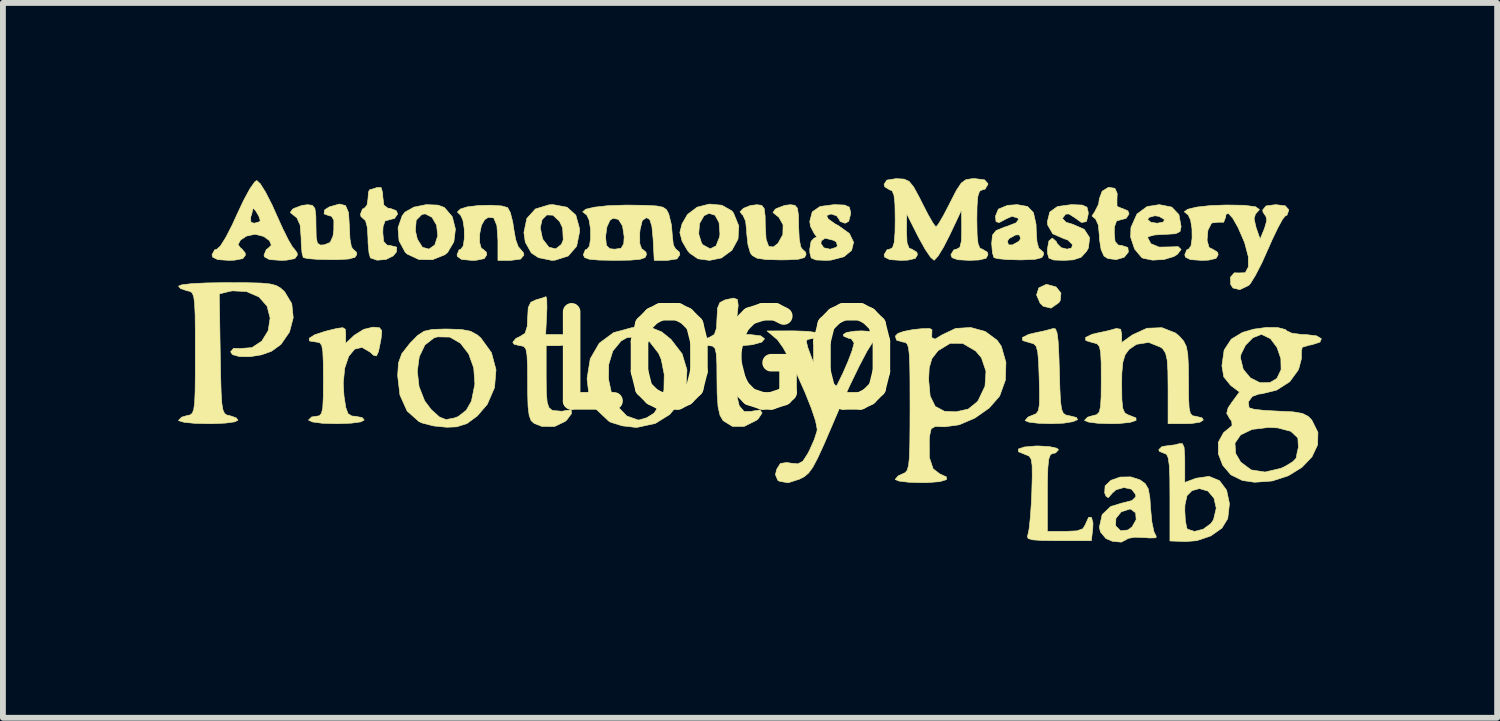
<source format=kicad_pcb>
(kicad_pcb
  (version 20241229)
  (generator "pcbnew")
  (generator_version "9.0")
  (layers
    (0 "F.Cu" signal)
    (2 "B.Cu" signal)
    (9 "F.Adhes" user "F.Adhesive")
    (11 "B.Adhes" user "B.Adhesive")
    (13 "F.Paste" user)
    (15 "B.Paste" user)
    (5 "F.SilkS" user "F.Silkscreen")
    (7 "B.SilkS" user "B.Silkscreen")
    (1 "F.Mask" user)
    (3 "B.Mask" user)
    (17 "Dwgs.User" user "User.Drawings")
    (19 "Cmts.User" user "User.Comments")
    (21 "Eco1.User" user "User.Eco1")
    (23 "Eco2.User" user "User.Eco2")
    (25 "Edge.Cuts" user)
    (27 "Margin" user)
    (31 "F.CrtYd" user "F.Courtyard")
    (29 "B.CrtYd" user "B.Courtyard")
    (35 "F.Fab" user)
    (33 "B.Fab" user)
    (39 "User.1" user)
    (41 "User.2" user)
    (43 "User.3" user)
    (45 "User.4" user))
  (footprint "LOGO"
    (layer "F.Cu")
    (at 9.339 3.117)
    (property "Reference" "LOGO" (at 0 0 0) (layer "F.SilkS") (effects (font (size 1.524 1.524) (thickness 0.3))))
    (attr through_hole)
    (fp_poly (pts (xy 5.673 -1.259) (xy 5.756 -1.155) (xy 5.744 -1.027) (xy 5.719 -0.99) (xy 5.586 -0.897) (xy 5.453 -0.93) (xy 5.4 -0.981) (xy 5.339 -1.123) (xy 5.377 -1.243) (xy 5.498 -1.301) (xy 5.518 -1.302) (xy 5.673 -1.259)) (stroke (width 0.01) (type solid)) (fill yes) (layer "F.SilkS"))
    (fp_poly (pts (xy -4.897 -2.659) (xy -4.788 -2.618) (xy -4.654 -2.461) (xy -4.6 -2.249) (xy -4.627 -2.031) (xy -4.734 -1.849) (xy -4.782 -1.81) (xy -4.994 -1.725) (xy -5.225 -1.729) (xy -5.422 -1.82) (xy -5.459 -1.853) (xy -5.564 -2.048) (xy -5.578 -2.221) (xy -5.285 -2.221) (xy -5.251 -2.076) (xy -5.164 -1.938) (xy -5.053 -1.907) (xy -4.954 -1.976) (xy -4.902 -2.135) (xy -4.922 -2.315) (xy -5.001 -2.451) (xy -5.115 -2.509) (xy -5.173 -2.5) (xy -5.271 -2.401) (xy -5.285 -2.221) (xy -5.578 -2.221) (xy -5.581 -2.273) (xy -5.51 -2.479) (xy -5.461 -2.54) (xy -5.309 -2.625) (xy -5.1 -2.667) (xy -4.897 -2.659)) (stroke (width 0.01) (type solid)) (fill yes) (layer "F.SilkS"))
    (fp_poly (pts (xy -2.691 -2.623) (xy -2.541 -2.488) (xy -2.479 -2.263) (xy -2.477 -2.202) (xy -2.527 -1.955) (xy -2.671 -1.789) (xy -2.897 -1.717) (xy -2.953 -1.714) (xy -3.179 -1.76) (xy -3.302 -1.841) (xy -3.405 -2.025) (xy -3.429 -2.191) (xy -3.412 -2.272) (xy -3.149 -2.272) (xy -3.113 -2.095) (xy -3.103 -2.071) (xy -3.001 -1.939) (xy -2.884 -1.911) (xy -2.787 -1.988) (xy -2.756 -2.064) (xy -2.766 -2.267) (xy -2.819 -2.38) (xy -2.932 -2.487) (xy -3.038 -2.491) (xy -3.117 -2.412) (xy -3.149 -2.272) (xy -3.412 -2.272) (xy -3.378 -2.432) (xy -3.232 -2.593) (xy -2.999 -2.664) (xy -2.931 -2.667) (xy -2.691 -2.623)) (stroke (width 0.01) (type solid)) (fill yes) (layer "F.SilkS"))
    (fp_poly (pts (xy -0.043 -2.657) (xy 0.125 -2.562) (xy 0.155 -2.526) (xy 0.247 -2.302) (xy 0.233 -2.078) (xy 0.128 -1.886) (xy -0.051 -1.755) (xy -0.254 -1.714) (xy -0.453 -1.741) (xy -0.594 -1.839) (xy -0.63 -1.882) (xy -0.723 -2.041) (xy -0.755 -2.165) (xy -0.439 -2.165) (xy -0.39 -2.008) (xy -0.366 -1.979) (xy -0.243 -1.912) (xy -0.143 -1.961) (xy -0.083 -2.113) (xy -0.076 -2.165) (xy -0.091 -2.36) (xy -0.159 -2.485) (xy -0.264 -2.519) (xy -0.349 -2.477) (xy -0.425 -2.344) (xy -0.439 -2.165) (xy -0.755 -2.165) (xy -0.762 -2.19) (xy -0.762 -2.191) (xy -0.724 -2.339) (xy -0.631 -2.499) (xy -0.63 -2.5) (xy -0.466 -2.624) (xy -0.255 -2.677) (xy -0.043 -2.657)) (stroke (width 0.01) (type solid)) (fill yes) (layer "F.SilkS"))
    (fp_poly (pts (xy 6.679 -2.946) (xy 6.718 -2.86) (xy 6.714 -2.755) (xy 6.715 -2.638) (xy 6.794 -2.604) (xy 6.803 -2.603) (xy 6.901 -2.561) (xy 6.921 -2.508) (xy 6.869 -2.431) (xy 6.795 -2.413) (xy 6.707 -2.388) (xy 6.672 -2.291) (xy 6.668 -2.191) (xy 6.681 -2.038) (xy 6.736 -1.976) (xy 6.799 -1.968) (xy 6.9 -1.934) (xy 6.91 -1.857) (xy 6.838 -1.767) (xy 6.701 -1.727) (xy 6.557 -1.746) (xy 6.492 -1.788) (xy 6.443 -1.898) (xy 6.415 -2.075) (xy 6.413 -2.135) (xy 6.396 -2.317) (xy 6.349 -2.422) (xy 6.334 -2.432) (xy 6.287 -2.474) (xy 6.334 -2.545) (xy 6.4 -2.675) (xy 6.413 -2.768) (xy 6.461 -2.897) (xy 6.57 -2.964) (xy 6.679 -2.946)) (stroke (width 0.01) (type solid)) (fill yes) (layer "F.SilkS"))
    (fp_poly (pts (xy 7.651 -2.625) (xy 7.774 -2.496) (xy 7.811 -2.29) (xy 7.793 -2.208) (xy 7.719 -2.17) (xy 7.555 -2.159) (xy 7.525 -2.159) (xy 7.354 -2.148) (xy 7.252 -2.12) (xy 7.239 -2.103) (xy 7.294 -1.999) (xy 7.434 -1.941) (xy 7.611 -1.944) (xy 7.762 -1.949) (xy 7.811 -1.9) (xy 7.748 -1.818) (xy 7.688 -1.78) (xy 7.519 -1.729) (xy 7.321 -1.718) (xy 7.16 -1.751) (xy 7.137 -1.763) (xy 7.015 -1.909) (xy 6.948 -2.111) (xy 6.953 -2.276) (xy 7.014 -2.413) (xy 7.239 -2.413) (xy 7.293 -2.366) (xy 7.401 -2.349) (xy 7.51 -2.37) (xy 7.525 -2.413) (xy 7.435 -2.466) (xy 7.362 -2.477) (xy 7.261 -2.449) (xy 7.239 -2.413) (xy 7.014 -2.413) (xy 7.056 -2.507) (xy 7.23 -2.635) (xy 7.437 -2.667) (xy 7.651 -2.625)) (stroke (width 0.01) (type solid)) (fill yes) (layer "F.SilkS"))
    (fp_poly (pts (xy -5.871 -2.959) (xy -5.844 -2.867) (xy -5.842 -2.801) (xy -5.824 -2.658) (xy -5.754 -2.606) (xy -5.715 -2.603) (xy -5.612 -2.564) (xy -5.588 -2.508) (xy -5.641 -2.431) (xy -5.715 -2.413) (xy -5.803 -2.388) (xy -5.838 -2.291) (xy -5.842 -2.191) (xy -5.828 -2.038) (xy -5.772 -1.976) (xy -5.715 -1.968) (xy -5.604 -1.94) (xy -5.608 -1.859) (xy -5.664 -1.791) (xy -5.786 -1.73) (xy -5.939 -1.717) (xy -6.053 -1.756) (xy -6.054 -1.757) (xy -6.078 -1.84) (xy -6.094 -2.005) (xy -6.096 -2.106) (xy -6.108 -2.284) (xy -6.138 -2.395) (xy -6.16 -2.413) (xy -6.216 -2.464) (xy -6.223 -2.508) (xy -6.189 -2.593) (xy -6.16 -2.603) (xy -6.112 -2.658) (xy -6.096 -2.762) (xy -6.087 -2.882) (xy -6.069 -2.921) (xy -5.995 -2.941) (xy -5.942 -2.96) (xy -5.871 -2.959)) (stroke (width 0.01) (type solid)) (fill yes) (layer "F.SilkS"))
    (fp_poly (pts (xy 5.661 -0.543) (xy 5.689 -0.476) (xy 5.708 -0.33) (xy 5.721 -0.089) (xy 5.729 0.169) (xy 5.738 0.488) (xy 5.749 0.702) (xy 5.767 0.832) (xy 5.797 0.902) (xy 5.842 0.932) (xy 5.89 0.941) (xy 6.021 0.973) (xy 6.04 1.01) (xy 5.963 1.044) (xy 5.805 1.07) (xy 5.588 1.079) (xy 5.369 1.072) (xy 5.21 1.053) (xy 5.144 1.026) (xy 5.144 1.023) (xy 5.196 0.964) (xy 5.273 0.933) (xy 5.333 0.908) (xy 5.37 0.855) (xy 5.388 0.748) (xy 5.39 0.562) (xy 5.384 0.307) (xy 5.374 0.029) (xy 5.359 -0.146) (xy 5.333 -0.244) (xy 5.289 -0.289) (xy 5.223 -0.306) (xy 5.101 -0.343) (xy 5.097 -0.395) (xy 5.204 -0.448) (xy 5.307 -0.473) (xy 5.484 -0.511) (xy 5.614 -0.546) (xy 5.622 -0.549) (xy 5.661 -0.543)) (stroke (width 0.01) (type solid)) (fill yes) (layer "F.SilkS"))
    (fp_poly (pts (xy 6.121 -2.66) (xy 6.201 -2.624) (xy 6.222 -2.541) (xy 6.223 -2.508) (xy 6.193 -2.378) (xy 6.108 -2.361) (xy 5.991 -2.445) (xy 5.891 -2.508) (xy 5.837 -2.505) (xy 5.78 -2.432) (xy 5.842 -2.366) (xy 5.966 -2.328) (xy 6.155 -2.244) (xy 6.246 -2.103) (xy 6.227 -1.929) (xy 6.194 -1.869) (xy 6.101 -1.767) (xy 5.967 -1.723) (xy 5.809 -1.714) (xy 5.634 -1.72) (xy 5.551 -1.752) (xy 5.526 -1.834) (xy 5.524 -1.905) (xy 5.55 -2.046) (xy 5.608 -2.095) (xy 5.675 -2.037) (xy 5.692 -2) (xy 5.759 -1.932) (xy 5.859 -1.906) (xy 5.939 -1.926) (xy 5.953 -1.984) (xy 5.875 -2.061) (xy 5.805 -2.086) (xy 5.616 -2.168) (xy 5.529 -2.319) (xy 5.524 -2.376) (xy 5.565 -2.541) (xy 5.696 -2.635) (xy 5.93 -2.667) (xy 5.95 -2.667) (xy 6.121 -2.66)) (stroke (width 0.01) (type solid)) (fill yes) (layer "F.SilkS"))
    (fp_poly (pts (xy 5.557 1.471) (xy 5.684 1.498) (xy 5.715 1.524) (xy 5.664 1.58) (xy 5.62 1.587) (xy 5.576 1.608) (xy 5.548 1.683) (xy 5.532 1.833) (xy 5.525 2.079) (xy 5.524 2.254) (xy 5.524 2.921) (xy 5.835 2.921) (xy 6.029 2.912) (xy 6.131 2.876) (xy 6.176 2.801) (xy 6.178 2.794) (xy 6.229 2.681) (xy 6.278 2.681) (xy 6.304 2.778) (xy 6.3 2.873) (xy 6.276 3.08) (xy 5.709 3.08) (xy 5.438 3.077) (xy 5.274 3.066) (xy 5.195 3.043) (xy 5.181 3.004) (xy 5.189 2.985) (xy 5.211 2.883) (xy 5.232 2.687) (xy 5.25 2.43) (xy 5.257 2.265) (xy 5.265 1.979) (xy 5.263 1.794) (xy 5.247 1.688) (xy 5.212 1.634) (xy 5.154 1.609) (xy 5.148 1.607) (xy 5.03 1.559) (xy 5.027 1.513) (xy 5.128 1.478) (xy 5.32 1.461) (xy 5.366 1.46) (xy 5.557 1.471)) (stroke (width 0.01) (type solid)) (fill yes) (layer "F.SilkS"))
    (fp_poly (pts (xy -3.808 -2.645) (xy -3.708 -2.617) (xy -3.661 -2.532) (xy -3.619 -2.366) (xy -3.603 -2.256) (xy -3.57 -2.07) (xy -3.525 -1.946) (xy -3.499 -1.918) (xy -3.435 -1.843) (xy -3.429 -1.804) (xy -3.486 -1.736) (xy -3.651 -1.714) (xy -3.873 -1.714) (xy -3.873 -2.06) (xy -3.891 -2.31) (xy -3.945 -2.44) (xy -4.036 -2.451) (xy -4.099 -2.411) (xy -4.155 -2.313) (xy -4.185 -2.167) (xy -4.187 -2.021) (xy -4.158 -1.922) (xy -4.128 -1.905) (xy -4.071 -1.854) (xy -4.064 -1.81) (xy -4.106 -1.744) (xy -4.245 -1.716) (xy -4.318 -1.714) (xy -4.495 -1.73) (xy -4.567 -1.782) (xy -4.572 -1.81) (xy -4.538 -1.894) (xy -4.508 -1.905) (xy -4.466 -1.96) (xy -4.447 -2.092) (xy -4.449 -2.256) (xy -4.473 -2.405) (xy -4.515 -2.493) (xy -4.524 -2.498) (xy -4.567 -2.541) (xy -4.515 -2.592) (xy -4.398 -2.629) (xy -4.207 -2.652) (xy -3.993 -2.657) (xy -3.808 -2.645)) (stroke (width 0.01) (type solid)) (fill yes) (layer "F.SilkS"))
    (fp_poly (pts (xy -1.233 -0.556) (xy -1.071 -0.49) (xy -0.914 -0.363) (xy -0.723 -0.115) (xy -0.64 0.16) (xy -0.654 0.441) (xy -0.755 0.702) (xy -0.934 0.921) (xy -1.181 1.075) (xy -1.487 1.141) (xy -1.531 1.141) (xy -1.748 1.116) (xy -1.94 1.056) (xy -1.977 1.036) (xy -2.197 0.828) (xy -2.322 0.544) (xy -2.347 0.319) (xy -1.982 0.319) (xy -1.927 0.571) (xy -1.821 0.79) (xy -1.669 0.948) (xy -1.479 1.015) (xy -1.459 1.016) (xy -1.329 0.978) (xy -1.204 0.9) (xy -1.094 0.739) (xy -1.034 0.504) (xy -1.029 0.236) (xy -1.08 -0.02) (xy -1.124 -0.123) (xy -1.28 -0.324) (xy -1.468 -0.416) (xy -1.67 -0.391) (xy -1.767 -0.335) (xy -1.909 -0.163) (xy -1.978 0.065) (xy -1.982 0.319) (xy -2.347 0.319) (xy -2.349 0.308) (xy -2.294 -0.031) (xy -2.14 -0.297) (xy -1.896 -0.478) (xy -1.575 -0.565) (xy -1.45 -0.572) (xy -1.233 -0.556)) (stroke (width 0.01) (type solid)) (fill yes) (layer "F.SilkS"))
    (fp_poly (pts (xy 1.206 -2.656) (xy 1.249 -2.606) (xy 1.267 -2.485) (xy 1.27 -2.286) (xy 1.28 -2.083) (xy 1.305 -1.945) (xy 1.333 -1.905) (xy 1.39 -1.854) (xy 1.397 -1.813) (xy 1.369 -1.762) (xy 1.268 -1.734) (xy 1.073 -1.723) (xy 0.952 -1.722) (xy 0.708 -1.729) (xy 0.559 -1.751) (xy 0.477 -1.797) (xy 0.444 -1.842) (xy 0.403 -1.982) (xy 0.382 -2.175) (xy 0.381 -2.213) (xy 0.363 -2.385) (xy 0.316 -2.489) (xy 0.302 -2.498) (xy 0.268 -2.546) (xy 0.326 -2.605) (xy 0.442 -2.651) (xy 0.556 -2.666) (xy 0.638 -2.655) (xy 0.681 -2.6) (xy 0.697 -2.47) (xy 0.699 -2.321) (xy 0.713 -2.077) (xy 0.758 -1.953) (xy 0.836 -1.943) (xy 0.916 -2.004) (xy 1 -2.155) (xy 1.004 -2.323) (xy 0.929 -2.455) (xy 0.905 -2.472) (xy 0.831 -2.532) (xy 0.868 -2.587) (xy 0.889 -2.601) (xy 1.03 -2.654) (xy 1.127 -2.666) (xy 1.206 -2.656)) (stroke (width 0.01) (type solid)) (fill yes) (layer "F.SilkS"))
    (fp_poly (pts (xy 0.223 -1.045) (xy 0.236 -0.943) (xy 0.216 -0.762) (xy 0.174 -0.445) (xy 0.442 -0.445) (xy 0.622 -0.423) (xy 0.687 -0.373) (xy 0.639 -0.316) (xy 0.481 -0.272) (xy 0.424 -0.266) (xy 0.191 -0.246) (xy 0.191 0.25) (xy 0.206 0.57) (xy 0.254 0.774) (xy 0.338 0.872) (xy 0.464 0.87) (xy 0.481 0.864) (xy 0.609 0.844) (xy 0.645 0.896) (xy 0.579 0.995) (xy 0.548 1.021) (xy 0.34 1.125) (xy 0.136 1.125) (xy -0.022 1.027) (xy -0.075 0.936) (xy -0.108 0.792) (xy -0.124 0.567) (xy -0.127 0.328) (xy -0.129 0.054) (xy -0.139 -0.118) (xy -0.161 -0.21) (xy -0.202 -0.248) (xy -0.254 -0.254) (xy -0.357 -0.278) (xy -0.381 -0.31) (xy -0.328 -0.369) (xy -0.254 -0.399) (xy -0.172 -0.446) (xy -0.135 -0.552) (xy -0.127 -0.717) (xy -0.117 -0.899) (xy -0.076 -0.994) (xy 0.013 -1.039) (xy 0.016 -1.039) (xy 0.155 -1.069) (xy 0.223 -1.045)) (stroke (width 0.01) (type solid)) (fill yes) (layer "F.SilkS"))
    (fp_poly (pts (xy 5.184 -2.636) (xy 5.286 -2.53) (xy 5.33 -2.33) (xy 5.334 -2.21) (xy 5.346 -2.033) (xy 5.376 -1.923) (xy 5.397 -1.905) (xy 5.454 -1.854) (xy 5.461 -1.814) (xy 5.429 -1.762) (xy 5.32 -1.733) (xy 5.11 -1.723) (xy 5.055 -1.722) (xy 4.839 -1.728) (xy 4.678 -1.743) (xy 4.61 -1.761) (xy 4.584 -1.845) (xy 4.572 -1.997) (xy 4.572 -2.008) (xy 4.575 -2.042) (xy 4.84 -2.042) (xy 4.859 -1.979) (xy 4.925 -1.978) (xy 5.036 -2.039) (xy 5.066 -2.086) (xy 5.047 -2.149) (xy 4.981 -2.149) (xy 4.87 -2.088) (xy 4.84 -2.042) (xy 4.575 -2.042) (xy 4.585 -2.146) (xy 4.648 -2.225) (xy 4.794 -2.284) (xy 4.828 -2.294) (xy 4.989 -2.356) (xy 5.032 -2.414) (xy 5.017 -2.438) (xy 4.918 -2.468) (xy 4.825 -2.427) (xy 4.7 -2.36) (xy 4.646 -2.376) (xy 4.636 -2.47) (xy 4.686 -2.591) (xy 4.842 -2.655) (xy 5.009 -2.667) (xy 5.184 -2.636)) (stroke (width 0.01) (type solid)) (fill yes) (layer "F.SilkS"))
    (fp_poly (pts (xy -6.479 -2.651) (xy -6.428 -2.531) (xy -6.414 -2.303) (xy -6.413 -2.286) (xy -6.404 -2.083) (xy -6.379 -1.945) (xy -6.35 -1.905) (xy -6.293 -1.854) (xy -6.287 -1.815) (xy -6.318 -1.766) (xy -6.427 -1.737) (xy -6.634 -1.726) (xy -6.726 -1.726) (xy -6.951 -1.731) (xy -7.121 -1.744) (xy -7.202 -1.762) (xy -7.202 -1.762) (xy -7.224 -1.843) (xy -7.237 -2.004) (xy -7.239 -2.103) (xy -7.256 -2.319) (xy -7.311 -2.441) (xy -7.35 -2.472) (xy -7.424 -2.532) (xy -7.387 -2.587) (xy -7.366 -2.601) (xy -7.225 -2.654) (xy -7.128 -2.666) (xy -7.046 -2.655) (xy -7.003 -2.601) (xy -6.987 -2.473) (xy -6.985 -2.313) (xy -6.981 -2.112) (xy -6.961 -2.01) (xy -6.912 -1.976) (xy -6.842 -1.98) (xy -6.742 -2.021) (xy -6.694 -2.129) (xy -6.68 -2.238) (xy -6.679 -2.402) (xy -6.721 -2.47) (xy -6.759 -2.477) (xy -6.847 -2.509) (xy -6.837 -2.577) (xy -6.758 -2.628) (xy -6.584 -2.678) (xy -6.479 -2.651)) (stroke (width 0.01) (type solid)) (fill yes) (layer "F.SilkS"))
    (fp_poly (pts (xy 7.862 1.484) (xy 7.873 1.642) (xy 7.874 1.734) (xy 7.874 2.084) (xy 8.067 2.012) (xy 8.289 1.98) (xy 8.468 2.054) (xy 8.589 2.216) (xy 8.638 2.447) (xy 8.609 2.702) (xy 8.509 2.865) (xy 8.32 2.998) (xy 8.079 3.08) (xy 7.887 3.095) (xy 7.62 3.085) (xy 7.62 2.563) (xy 7.874 2.563) (xy 7.884 2.742) (xy 7.908 2.862) (xy 7.919 2.882) (xy 8.038 2.922) (xy 8.189 2.884) (xy 8.322 2.786) (xy 8.366 2.72) (xy 8.412 2.524) (xy 8.373 2.352) (xy 8.269 2.231) (xy 8.122 2.189) (xy 7.996 2.225) (xy 7.912 2.31) (xy 7.877 2.468) (xy 7.874 2.563) (xy 7.62 2.563) (xy 7.62 2.336) (xy 7.618 2.011) (xy 7.609 1.793) (xy 7.59 1.663) (xy 7.561 1.601) (xy 7.525 1.587) (xy 7.44 1.553) (xy 7.429 1.524) (xy 7.482 1.472) (xy 7.551 1.46) (xy 7.711 1.44) (xy 7.774 1.422) (xy 7.832 1.419) (xy 7.862 1.484)) (stroke (width 0.01) (type solid)) (fill yes) (layer "F.SilkS"))
    (fp_poly (pts (xy 2.057 -2.66) (xy 2.137 -2.624) (xy 2.158 -2.541) (xy 2.159 -2.508) (xy 2.126 -2.381) (xy 2.064 -2.349) (xy 1.979 -2.38) (xy 1.968 -2.406) (xy 1.92 -2.476) (xy 1.822 -2.508) (xy 1.748 -2.479) (xy 1.777 -2.421) (xy 1.892 -2.339) (xy 1.952 -2.307) (xy 2.138 -2.173) (xy 2.21 -2.025) (xy 2.176 -1.885) (xy 2.045 -1.776) (xy 1.823 -1.718) (xy 1.736 -1.714) (xy 1.565 -1.721) (xy 1.485 -1.755) (xy 1.462 -1.842) (xy 1.46 -1.905) (xy 1.476 -2) (xy 1.651 -2) (xy 1.701 -1.929) (xy 1.809 -1.905) (xy 1.911 -1.937) (xy 1.933 -1.962) (xy 1.915 -2.028) (xy 1.868 -2.057) (xy 1.72 -2.093) (xy 1.657 -2.047) (xy 1.651 -2) (xy 1.476 -2) (xy 1.483 -2.04) (xy 1.536 -2.095) (xy 1.537 -2.095) (xy 1.581 -2.114) (xy 1.537 -2.172) (xy 1.473 -2.295) (xy 1.46 -2.381) (xy 1.503 -2.544) (xy 1.637 -2.636) (xy 1.874 -2.667) (xy 1.886 -2.667) (xy 2.057 -2.66)) (stroke (width 0.01) (type solid)) (fill yes) (layer "F.SilkS"))
    (fp_poly (pts (xy -4.499 -0.532) (xy -4.341 -0.502) (xy -4.223 -0.437) (xy -4.164 -0.385) (xy -3.984 -0.136) (xy -3.906 0.156) (xy -3.931 0.461) (xy -4.055 0.748) (xy -4.226 0.947) (xy -4.403 1.077) (xy -4.58 1.133) (xy -4.749 1.14) (xy -4.972 1.118) (xy -5.171 1.067) (xy -5.222 1.044) (xy -5.426 0.863) (xy -5.549 0.589) (xy -5.588 0.256) (xy -5.583 0.182) (xy -5.252 0.182) (xy -5.222 0.445) (xy -5.127 0.688) (xy -5.014 0.838) (xy -4.873 0.965) (xy -4.761 1.009) (xy -4.624 0.983) (xy -4.552 0.957) (xy -4.415 0.85) (xy -4.326 0.694) (xy -4.267 0.401) (xy -4.287 0.125) (xy -4.374 -0.116) (xy -4.515 -0.298) (xy -4.696 -0.402) (xy -4.907 -0.406) (xy -4.967 -0.388) (xy -5.123 -0.266) (xy -5.219 -0.065) (xy -5.252 0.182) (xy -5.583 0.182) (xy -5.574 0.039) (xy -5.517 -0.118) (xy -5.388 -0.283) (xy -5.371 -0.303) (xy -5.245 -0.431) (xy -5.136 -0.502) (xy -4.999 -0.533) (xy -4.789 -0.54) (xy -4.741 -0.54) (xy -4.499 -0.532)) (stroke (width 0.01) (type solid)) (fill yes) (layer "F.SilkS"))
    (fp_poly (pts (xy -3.038 -1.047) (xy -3.035 -0.908) (xy -3.04 -0.778) (xy -3.057 -0.445) (xy -2.801 -0.445) (xy -2.637 -0.435) (xy -2.575 -0.398) (xy -2.581 -0.349) (xy -2.671 -0.277) (xy -2.833 -0.254) (xy -3.048 -0.254) (xy -3.048 0.281) (xy -3.045 0.547) (xy -3.031 0.712) (xy -3.001 0.804) (xy -2.951 0.847) (xy -2.93 0.854) (xy -2.776 0.867) (xy -2.708 0.852) (xy -2.62 0.845) (xy -2.615 0.907) (xy -2.693 1.012) (xy -2.72 1.038) (xy -2.904 1.127) (xy -3.123 1.125) (xy -3.254 1.074) (xy -3.306 1.026) (xy -3.339 0.937) (xy -3.358 0.784) (xy -3.365 0.54) (xy -3.365 0.378) (xy -3.367 0.09) (xy -3.376 -0.095) (xy -3.395 -0.198) (xy -3.431 -0.243) (xy -3.487 -0.254) (xy -3.493 -0.254) (xy -3.596 -0.279) (xy -3.619 -0.313) (xy -3.567 -0.378) (xy -3.493 -0.413) (xy -3.409 -0.467) (xy -3.372 -0.584) (xy -3.365 -0.727) (xy -3.355 -0.906) (xy -3.311 -0.998) (xy -3.223 -1.039) (xy -3.099 -1.075) (xy -3.051 -1.094) (xy -3.038 -1.047)) (stroke (width 0.01) (type solid)) (fill yes) (layer "F.SilkS"))
    (fp_poly (pts (xy 7.108 2.04) (xy 7.198 2.105) (xy 7.25 2.195) (xy 7.277 2.347) (xy 7.29 2.54) (xy 7.311 2.76) (xy 7.347 2.929) (xy 7.385 3.004) (xy 7.381 3.031) (xy 7.27 3.034) (xy 7.191 3.027) (xy 7.018 3.021) (xy 6.904 3.041) (xy 6.886 3.054) (xy 6.789 3.105) (xy 6.635 3.09) (xy 6.525 3.043) (xy 6.432 2.931) (xy 6.413 2.85) (xy 6.419 2.825) (xy 6.69 2.825) (xy 6.776 2.911) (xy 6.901 2.897) (xy 6.972 2.845) (xy 7.042 2.721) (xy 7.034 2.605) (xy 6.953 2.542) (xy 6.929 2.54) (xy 6.787 2.587) (xy 6.696 2.699) (xy 6.69 2.825) (xy 6.419 2.825) (xy 6.461 2.634) (xy 6.607 2.495) (xy 6.8 2.437) (xy 6.97 2.394) (xy 7.035 2.331) (xy 7.035 2.293) (xy 6.964 2.2) (xy 6.834 2.171) (xy 6.698 2.209) (xy 6.635 2.265) (xy 6.567 2.345) (xy 6.528 2.321) (xy 6.504 2.264) (xy 6.511 2.143) (xy 6.61 2.048) (xy 6.768 1.992) (xy 6.95 1.989) (xy 7.108 2.04)) (stroke (width 0.01) (type solid)) (fill yes) (layer "F.SilkS"))
    (fp_poly (pts (xy -5.899 -0.562) (xy -5.859 -0.511) (xy -5.871 -0.38) (xy -5.879 -0.333) (xy -5.916 -0.153) (xy -5.951 -0.079) (xy -6.002 -0.092) (xy -6.06 -0.146) (xy -6.198 -0.226) (xy -6.323 -0.196) (xy -6.425 -0.073) (xy -6.493 0.128) (xy -6.519 0.389) (xy -6.506 0.602) (xy -6.475 0.804) (xy -6.436 0.909) (xy -6.372 0.948) (xy -6.311 0.953) (xy -6.195 0.975) (xy -6.16 1.016) (xy -6.219 1.048) (xy -6.379 1.07) (xy -6.613 1.079) (xy -6.636 1.079) (xy -6.876 1.072) (xy -7.043 1.05) (xy -7.112 1.019) (xy -7.112 1.016) (xy -7.059 0.964) (xy -6.985 0.953) (xy -6.927 0.944) (xy -6.89 0.902) (xy -6.869 0.805) (xy -6.86 0.629) (xy -6.858 0.352) (xy -6.858 0.318) (xy -6.86 0.028) (xy -6.868 -0.157) (xy -6.887 -0.261) (xy -6.923 -0.307) (xy -6.978 -0.317) (xy -6.985 -0.318) (xy -7.097 -0.336) (xy -7.101 -0.382) (xy -7.008 -0.441) (xy -6.83 -0.5) (xy -6.83 -0.5) (xy -6.631 -0.549) (xy -6.526 -0.563) (xy -6.484 -0.536) (xy -6.477 -0.462) (xy -6.477 -0.433) (xy -6.477 -0.295) (xy -6.33 -0.433) (xy -6.169 -0.534) (xy -6.01 -0.572) (xy -5.899 -0.562)) (stroke (width 0.01) (type solid)) (fill yes) (layer "F.SilkS"))
    (fp_poly (pts (xy -7.938 -3.025) (xy -7.846 -2.878) (xy -7.736 -2.663) (xy -7.667 -2.508) (xy -7.556 -2.262) (xy -7.458 -2.065) (xy -7.386 -1.942) (xy -7.361 -1.916) (xy -7.308 -1.843) (xy -7.303 -1.804) (xy -7.347 -1.744) (xy -7.491 -1.717) (xy -7.588 -1.714) (xy -7.781 -1.728) (xy -7.866 -1.774) (xy -7.874 -1.804) (xy -7.834 -1.9) (xy -7.807 -1.917) (xy -7.748 -1.974) (xy -7.781 -2.052) (xy -7.878 -2.123) (xy -8.014 -2.158) (xy -8.033 -2.159) (xy -8.172 -2.13) (xy -8.275 -2.062) (xy -8.318 -1.984) (xy -8.272 -1.922) (xy -8.259 -1.917) (xy -8.197 -1.843) (xy -8.191 -1.804) (xy -8.236 -1.744) (xy -8.38 -1.717) (xy -8.477 -1.714) (xy -8.666 -1.727) (xy -8.751 -1.769) (xy -8.763 -1.81) (xy -8.718 -1.894) (xy -8.679 -1.905) (xy -8.619 -1.96) (xy -8.527 -2.107) (xy -8.416 -2.323) (xy -8.358 -2.45) (xy -8.103 -2.45) (xy -8.097 -2.365) (xy -8.04 -2.349) (xy -7.951 -2.374) (xy -7.938 -2.397) (xy -7.962 -2.47) (xy -8.011 -2.554) (xy -8.054 -2.602) (xy -8.064 -2.593) (xy -8.085 -2.502) (xy -8.103 -2.45) (xy -8.358 -2.45) (xy -8.339 -2.492) (xy -8.223 -2.739) (xy -8.117 -2.935) (xy -8.033 -3.055) (xy -7.998 -3.08) (xy -7.938 -3.025)) (stroke (width 0.01) (type solid)) (fill yes) (layer "F.SilkS"))
    (fp_poly (pts (xy -1.631 -2.659) (xy -1.345 -2.655) (xy -1.16 -2.645) (xy -1.051 -2.623) (xy -0.991 -2.582) (xy -0.956 -2.517) (xy -0.949 -2.498) (xy -0.906 -2.321) (xy -0.889 -2.123) (xy -0.873 -1.978) (xy -0.833 -1.907) (xy -0.826 -1.905) (xy -0.769 -1.854) (xy -0.762 -1.81) (xy -0.811 -1.739) (xy -0.966 -1.715) (xy -0.981 -1.714) (xy -1.2 -1.714) (xy -1.219 -2.08) (xy -1.24 -2.299) (xy -1.277 -2.414) (xy -1.333 -2.445) (xy -1.404 -2.396) (xy -1.442 -2.239) (xy -1.448 -2.175) (xy -1.447 -2) (xy -1.415 -1.911) (xy -1.401 -1.905) (xy -1.341 -1.854) (xy -1.333 -1.81) (xy -1.357 -1.762) (xy -1.44 -1.733) (xy -1.607 -1.718) (xy -1.873 -1.714) (xy -2.143 -1.719) (xy -2.308 -1.733) (xy -2.391 -1.763) (xy -2.413 -1.81) (xy -2.379 -1.894) (xy -2.349 -1.905) (xy -2.307 -1.96) (xy -2.288 -2.092) (xy -2.288 -2.115) (xy -2.032 -2.115) (xy -2.018 -1.97) (xy -1.958 -1.913) (xy -1.873 -1.905) (xy -1.765 -1.922) (xy -1.721 -2) (xy -1.714 -2.119) (xy -1.742 -2.303) (xy -1.812 -2.415) (xy -1.906 -2.434) (xy -1.957 -2.399) (xy -2.009 -2.287) (xy -2.032 -2.12) (xy -2.032 -2.115) (xy -2.288 -2.115) (xy -2.29 -2.256) (xy -2.314 -2.405) (xy -2.356 -2.493) (xy -2.365 -2.498) (xy -2.424 -2.545) (xy -2.37 -2.589) (xy -2.222 -2.624) (xy -1.993 -2.649) (xy -1.7 -2.659) (xy -1.631 -2.659)) (stroke (width 0.01) (type solid)) (fill yes) (layer "F.SilkS"))
    (fp_poly (pts (xy -8.166 -1.332) (xy -7.929 -1.326) (xy -7.77 -1.311) (xy -7.665 -1.284) (xy -7.59 -1.24) (xy -7.522 -1.178) (xy -7.399 -0.974) (xy -7.374 -0.733) (xy -7.438 -0.489) (xy -7.584 -0.277) (xy -7.745 -0.16) (xy -7.919 -0.098) (xy -8.113 -0.067) (xy -8.291 -0.068) (xy -8.413 -0.102) (xy -8.445 -0.15) (xy -8.395 -0.21) (xy -8.287 -0.206) (xy -8.08 -0.222) (xy -7.912 -0.333) (xy -7.802 -0.512) (xy -7.769 -0.728) (xy -7.822 -0.932) (xy -7.961 -1.089) (xy -8.174 -1.181) (xy -8.416 -1.193) (xy -8.475 -1.181) (xy -8.639 -1.14) (xy -8.622 -0.11) (xy -8.615 0.273) (xy -8.607 0.547) (xy -8.595 0.732) (xy -8.576 0.845) (xy -8.548 0.905) (xy -8.508 0.932) (xy -8.461 0.941) (xy -8.35 0.979) (xy -8.319 1.02) (xy -8.377 1.048) (xy -8.532 1.069) (xy -8.755 1.079) (xy -8.826 1.079) (xy -9.062 1.073) (xy -9.24 1.055) (xy -9.329 1.029) (xy -9.335 1.02) (xy -9.281 0.967) (xy -9.192 0.941) (xy -9.139 0.93) (xy -9.101 0.902) (xy -9.076 0.838) (xy -9.06 0.72) (xy -9.052 0.53) (xy -9.049 0.25) (xy -9.049 -0.127) (xy -9.049 -0.513) (xy -9.052 -0.791) (xy -9.061 -0.979) (xy -9.076 -1.095) (xy -9.102 -1.157) (xy -9.14 -1.184) (xy -9.192 -1.195) (xy -9.303 -1.233) (xy -9.335 -1.274) (xy -9.275 -1.297) (xy -9.109 -1.316) (xy -8.86 -1.328) (xy -8.548 -1.333) (xy -8.506 -1.333) (xy -8.166 -1.332)) (stroke (width 0.01) (type solid)) (fill yes) (layer "F.SilkS"))
    (fp_poly (pts (xy 2.531 -0.497) (xy 2.646 -0.467) (xy 2.667 -0.445) (xy 2.619 -0.383) (xy 2.604 -0.381) (xy 2.542 -0.324) (xy 2.44 -0.162) (xy 2.306 0.093) (xy 2.144 0.427) (xy 1.963 0.828) (xy 1.844 1.105) (xy 1.702 1.435) (xy 1.595 1.668) (xy 1.512 1.824) (xy 1.44 1.923) (xy 1.367 1.985) (xy 1.286 2.027) (xy 1.09 2.09) (xy 0.943 2.064) (xy 0.913 2.047) (xy 0.873 1.951) (xy 0.895 1.858) (xy 0.957 1.76) (xy 1.066 1.743) (xy 1.136 1.754) (xy 1.258 1.766) (xy 1.342 1.721) (xy 1.425 1.593) (xy 1.456 1.533) (xy 1.536 1.354) (xy 1.583 1.209) (xy 1.587 1.173) (xy 1.559 1.03) (xy 1.485 0.809) (xy 1.378 0.542) (xy 1.253 0.261) (xy 1.125 -0.003) (xy 1.007 -0.217) (xy 0.913 -0.35) (xy 0.898 -0.365) (xy 0.73 -0.507) (xy 1.191 -0.508) (xy 1.425 -0.5) (xy 1.587 -0.478) (xy 1.651 -0.446) (xy 1.651 -0.445) (xy 1.598 -0.393) (xy 1.524 -0.381) (xy 1.422 -0.361) (xy 1.4 -0.333) (xy 1.426 -0.224) (xy 1.49 -0.052) (xy 1.574 0.149) (xy 1.665 0.345) (xy 1.745 0.5) (xy 1.801 0.581) (xy 1.81 0.586) (xy 1.86 0.532) (xy 1.939 0.395) (xy 2.03 0.209) (xy 2.117 0.008) (xy 2.185 -0.172) (xy 2.217 -0.295) (xy 2.218 -0.302) (xy 2.171 -0.372) (xy 2.127 -0.381) (xy 2.043 -0.415) (xy 2.032 -0.445) (xy 2.089 -0.481) (xy 2.235 -0.504) (xy 2.349 -0.508) (xy 2.531 -0.497)) (stroke (width 0.01) (type solid)) (fill yes) (layer "F.SilkS"))
    (fp_poly (pts (xy 7.713 -0.473) (xy 7.782 -0.416) (xy 7.855 -0.333) (xy 7.901 -0.24) (xy 7.925 -0.108) (xy 7.936 0.094) (xy 7.938 0.346) (xy 7.939 0.628) (xy 7.948 0.805) (xy 7.969 0.903) (xy 8.007 0.944) (xy 8.065 0.953) (xy 8.168 0.979) (xy 8.191 1.016) (xy 8.135 1.053) (xy 7.99 1.076) (xy 7.89 1.079) (xy 7.588 1.079) (xy 7.588 0.471) (xy 7.585 0.181) (xy 7.573 -0.009) (xy 7.546 -0.126) (xy 7.5 -0.198) (xy 7.465 -0.227) (xy 7.257 -0.311) (xy 7.047 -0.278) (xy 6.921 -0.191) (xy 6.854 -0.1) (xy 6.815 0.026) (xy 6.797 0.22) (xy 6.795 0.419) (xy 6.798 0.667) (xy 6.813 0.816) (xy 6.847 0.894) (xy 6.907 0.93) (xy 6.921 0.934) (xy 7.039 0.981) (xy 7.041 1.023) (xy 6.938 1.057) (xy 6.741 1.077) (xy 6.604 1.079) (xy 6.385 1.072) (xy 6.226 1.051) (xy 6.16 1.023) (xy 6.16 1.02) (xy 6.213 0.967) (xy 6.302 0.941) (xy 6.369 0.925) (xy 6.41 0.882) (xy 6.433 0.788) (xy 6.443 0.62) (xy 6.445 0.351) (xy 6.445 0.318) (xy 6.444 0.037) (xy 6.435 -0.14) (xy 6.414 -0.24) (xy 6.374 -0.287) (xy 6.31 -0.305) (xy 6.302 -0.306) (xy 6.181 -0.343) (xy 6.177 -0.395) (xy 6.283 -0.448) (xy 6.386 -0.473) (xy 6.564 -0.511) (xy 6.695 -0.547) (xy 6.704 -0.55) (xy 6.777 -0.536) (xy 6.795 -0.447) (xy 6.795 -0.309) (xy 6.979 -0.44) (xy 7.226 -0.553) (xy 7.483 -0.563) (xy 7.713 -0.473)) (stroke (width 0.01) (type solid)) (fill yes) (layer "F.SilkS"))
    (fp_poly (pts (xy 9.594 -2.646) (xy 9.652 -2.58) (xy 9.652 -2.572) (xy 9.622 -2.487) (xy 9.596 -2.477) (xy 9.549 -2.422) (xy 9.468 -2.275) (xy 9.366 -2.062) (xy 9.304 -1.921) (xy 9.191 -1.669) (xy 9.083 -1.459) (xy 8.997 -1.319) (xy 8.967 -1.286) (xy 8.816 -1.213) (xy 8.699 -1.241) (xy 8.66 -1.299) (xy 8.654 -1.425) (xy 8.721 -1.501) (xy 8.8 -1.499) (xy 8.908 -1.503) (xy 8.962 -1.603) (xy 8.96 -1.779) (xy 8.899 -2.011) (xy 8.886 -2.044) (xy 8.786 -2.274) (xy 8.694 -2.436) (xy 8.621 -2.517) (xy 8.579 -2.502) (xy 8.572 -2.451) (xy 8.539 -2.366) (xy 8.45 -2.367) (xy 8.333 -2.353) (xy 8.27 -2.231) (xy 8.255 -2.059) (xy 8.289 -1.935) (xy 8.35 -1.905) (xy 8.434 -1.854) (xy 8.445 -1.81) (xy 8.408 -1.747) (xy 8.281 -1.718) (xy 8.16 -1.714) (xy 7.971 -1.727) (xy 7.886 -1.769) (xy 7.874 -1.81) (xy 7.908 -1.894) (xy 7.938 -1.905) (xy 7.98 -1.96) (xy 7.999 -2.092) (xy 7.997 -2.256) (xy 7.973 -2.405) (xy 7.931 -2.493) (xy 7.922 -2.498) (xy 7.866 -2.545) (xy 7.923 -2.588) (xy 8.076 -2.625) (xy 8.311 -2.651) (xy 8.582 -2.661) (xy 8.896 -2.656) (xy 9.086 -2.63) (xy 9.151 -2.582) (xy 9.09 -2.514) (xy 9.084 -2.511) (xy 9.059 -2.426) (xy 9.093 -2.276) (xy 9.162 -2.078) (xy 9.238 -2.262) (xy 9.276 -2.394) (xy 9.263 -2.465) (xy 9.261 -2.466) (xy 9.212 -2.539) (xy 9.207 -2.577) (xy 9.264 -2.645) (xy 9.43 -2.667) (xy 9.594 -2.646)) (stroke (width 0.01) (type solid)) (fill yes) (layer "F.SilkS"))
    (fp_poly (pts (xy 4.463 -0.497) (xy 4.664 -0.348) (xy 4.736 -0.245) (xy 4.815 0.03) (xy 4.806 0.333) (xy 4.709 0.603) (xy 4.706 0.609) (xy 4.529 0.811) (xy 4.284 0.983) (xy 4.015 1.098) (xy 3.769 1.132) (xy 3.759 1.132) (xy 3.607 1.126) (xy 3.537 1.166) (xy 3.51 1.286) (xy 3.504 1.359) (xy 3.506 1.659) (xy 3.57 1.851) (xy 3.683 1.937) (xy 3.799 1.991) (xy 3.797 2.036) (xy 3.685 2.07) (xy 3.473 2.087) (xy 3.365 2.088) (xy 3.146 2.08) (xy 2.988 2.061) (xy 2.921 2.034) (xy 2.921 2.032) (xy 2.973 1.971) (xy 3.048 1.937) (xy 3.094 1.916) (xy 3.127 1.874) (xy 3.15 1.793) (xy 3.164 1.656) (xy 3.171 1.443) (xy 3.174 1.137) (xy 3.175 0.789) (xy 3.174 0.39) (xy 3.174 0.325) (xy 3.493 0.325) (xy 3.519 0.606) (xy 3.606 0.783) (xy 3.763 0.867) (xy 3.959 0.876) (xy 4.171 0.829) (xy 4.32 0.708) (xy 4.342 0.68) (xy 4.457 0.439) (xy 4.474 0.183) (xy 4.396 -0.049) (xy 4.297 -0.165) (xy 4.076 -0.294) (xy 3.862 -0.296) (xy 3.659 -0.172) (xy 3.648 -0.162) (xy 3.549 -0.033) (xy 3.503 0.124) (xy 3.493 0.325) (xy 3.174 0.325) (xy 3.171 0.101) (xy 3.163 -0.097) (xy 3.149 -0.22) (xy 3.126 -0.286) (xy 3.092 -0.313) (xy 3.048 -0.318) (xy 2.943 -0.35) (xy 2.924 -0.42) (xy 2.969 -0.465) (xy 3.072 -0.501) (xy 3.227 -0.53) (xy 3.388 -0.547) (xy 3.511 -0.548) (xy 3.55 -0.53) (xy 3.546 -0.394) (xy 3.603 -0.367) (xy 3.723 -0.44) (xy 3.954 -0.55) (xy 4.213 -0.566) (xy 4.463 -0.497)) (stroke (width 0.01) (type solid)) (fill yes) (layer "F.SilkS"))
    (fp_poly (pts (xy 4.45 -3.091) (xy 4.508 -3.025) (xy 4.508 -3.016) (xy 4.458 -2.932) (xy 4.413 -2.921) (xy 4.364 -2.897) (xy 4.335 -2.81) (xy 4.321 -2.638) (xy 4.318 -2.413) (xy 4.322 -2.152) (xy 4.339 -1.996) (xy 4.371 -1.921) (xy 4.413 -1.905) (xy 4.497 -1.854) (xy 4.508 -1.81) (xy 4.475 -1.75) (xy 4.357 -1.721) (xy 4.191 -1.714) (xy 3.991 -1.725) (xy 3.894 -1.76) (xy 3.873 -1.81) (xy 3.924 -1.894) (xy 3.969 -1.905) (xy 4.027 -1.936) (xy 4.054 -2.046) (xy 4.059 -2.238) (xy 4.054 -2.572) (xy 3.853 -2.146) (xy 3.747 -1.939) (xy 3.654 -1.787) (xy 3.591 -1.718) (xy 3.585 -1.717) (xy 3.526 -1.768) (xy 3.433 -1.906) (xy 3.325 -2.1) (xy 3.319 -2.111) (xy 3.119 -2.508) (xy 3.115 -2.207) (xy 3.124 -2.013) (xy 3.16 -1.922) (xy 3.207 -1.905) (xy 3.291 -1.854) (xy 3.302 -1.81) (xy 3.265 -1.747) (xy 3.137 -1.718) (xy 3.016 -1.714) (xy 2.828 -1.727) (xy 2.742 -1.769) (xy 2.731 -1.81) (xy 2.781 -1.894) (xy 2.826 -1.905) (xy 2.875 -1.929) (xy 2.904 -2.016) (xy 2.918 -2.188) (xy 2.921 -2.413) (xy 2.917 -2.674) (xy 2.9 -2.83) (xy 2.868 -2.905) (xy 2.826 -2.921) (xy 2.742 -2.972) (xy 2.731 -3.016) (xy 2.779 -3.087) (xy 2.932 -3.111) (xy 2.953 -3.111) (xy 3.073 -3.104) (xy 3.159 -3.065) (xy 3.237 -2.969) (xy 3.333 -2.793) (xy 3.38 -2.699) (xy 3.483 -2.498) (xy 3.568 -2.351) (xy 3.617 -2.287) (xy 3.619 -2.286) (xy 3.663 -2.339) (xy 3.744 -2.477) (xy 3.847 -2.674) (xy 3.859 -2.699) (xy 3.969 -2.913) (xy 4.051 -3.036) (xy 4.131 -3.094) (xy 4.235 -3.111) (xy 4.286 -3.112) (xy 4.45 -3.091)) (stroke (width 0.01) (type solid)) (fill yes) (layer "F.SilkS"))
    (fp_poly (pts (xy 9.464 -0.565) (xy 9.595 -0.531) (xy 9.62 -0.508) (xy 9.702 -0.47) (xy 9.864 -0.447) (xy 9.947 -0.445) (xy 10.128 -0.423) (xy 10.21 -0.374) (xy 10.186 -0.316) (xy 10.047 -0.271) (xy 10.007 -0.265) (xy 9.882 -0.228) (xy 9.868 -0.152) (xy 9.869 -0.151) (xy 9.869 -0.033) (xy 9.825 0.134) (xy 9.812 0.165) (xy 9.668 0.362) (xy 9.443 0.506) (xy 9.181 0.57) (xy 9.144 0.571) (xy 9.029 0.613) (xy 8.961 0.706) (xy 8.973 0.802) (xy 8.981 0.81) (xy 9.061 0.833) (xy 9.233 0.852) (xy 9.46 0.864) (xy 9.478 0.865) (xy 9.728 0.877) (xy 9.886 0.904) (xy 9.987 0.956) (xy 10.046 1.017) (xy 10.151 1.227) (xy 10.146 1.441) (xy 10.049 1.646) (xy 9.876 1.827) (xy 9.644 1.97) (xy 9.369 2.059) (xy 9.068 2.081) (xy 8.858 2.05) (xy 8.662 1.953) (xy 8.522 1.789) (xy 8.447 1.592) (xy 8.448 1.412) (xy 8.732 1.412) (xy 8.744 1.589) (xy 8.83 1.736) (xy 9.01 1.87) (xy 9.248 1.906) (xy 9.517 1.843) (xy 9.592 1.808) (xy 9.72 1.73) (xy 9.779 1.669) (xy 9.78 1.665) (xy 9.796 1.572) (xy 9.817 1.486) (xy 9.808 1.323) (xy 9.688 1.21) (xy 9.463 1.151) (xy 9.31 1.143) (xy 9.025 1.177) (xy 8.829 1.271) (xy 8.732 1.412) (xy 8.448 1.412) (xy 8.448 1.396) (xy 8.537 1.233) (xy 8.588 1.191) (xy 8.683 1.111) (xy 8.676 1.038) (xy 8.641 0.99) (xy 8.591 0.902) (xy 8.615 0.808) (xy 8.681 0.711) (xy 8.809 0.537) (xy 8.659 0.425) (xy 8.541 0.279) (xy 8.509 0.088) (xy 8.528 -0.046) (xy 8.826 -0.046) (xy 8.874 0.149) (xy 8.996 0.296) (xy 9.159 0.378) (xy 9.33 0.377) (xy 9.449 0.305) (xy 9.521 0.156) (xy 9.517 -0.034) (xy 9.452 -0.224) (xy 9.34 -0.374) (xy 9.196 -0.444) (xy 9.176 -0.445) (xy 9.039 -0.391) (xy 8.912 -0.262) (xy 8.834 -0.105) (xy 8.826 -0.046) (xy 8.528 -0.046) (xy 8.547 -0.18) (xy 8.669 -0.366) (xy 8.861 -0.482) (xy 9.055 -0.538) (xy 9.27 -0.567) (xy 9.464 -0.565)) (stroke (width 0.01) (type solid)) (fill yes) (layer "F.SilkS")))
  (gr_rect
    (start -3 -3)
    (end 22.555 9.226)
    (stroke (width 0.1) (type default))
    (fill no)
    (layer "Edge.Cuts")))
</source>
